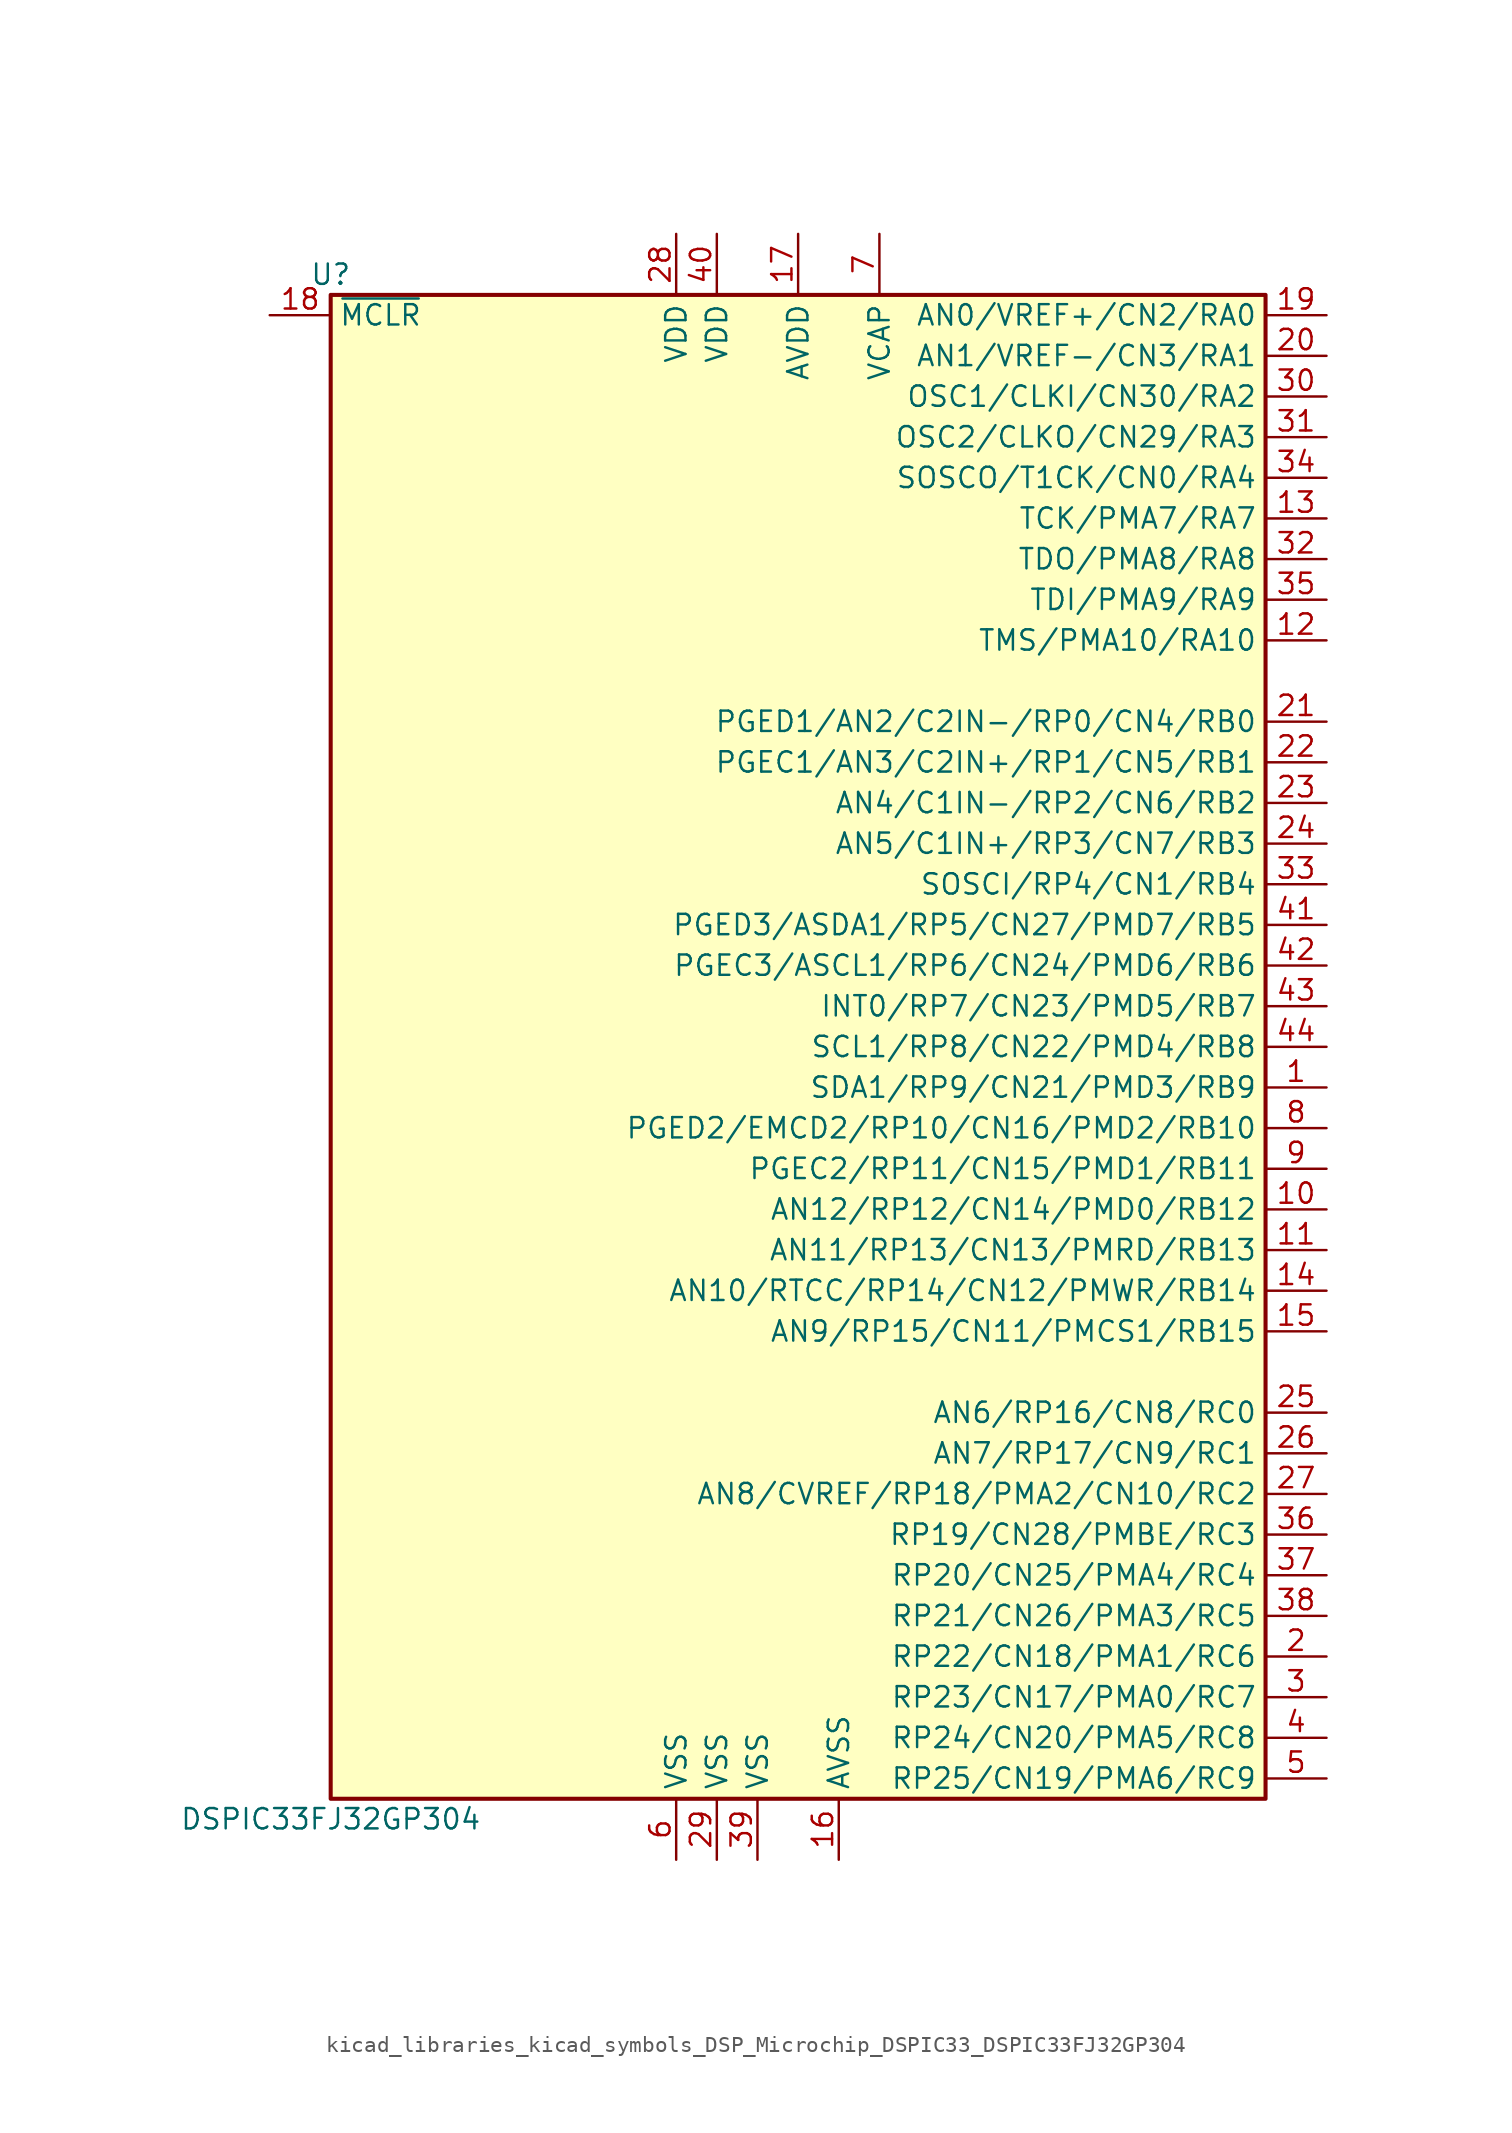
<source format=kicad_sym>
(kicad_symbol_lib
  (version 20220914)
  (generator kicad_symbol_editor)
  (symbol "kicad_libraries_kicad_symbols_DSP_Microchip_DSPIC33_DSPIC33FJ32GP304"
    (property "Reference" "U"
      (at -29.21 48.26 0)
      (effects (font (size 1.27 1.27))))
    (property "Value" "DSPIC33FJ32GP304"
      (at -29.21 -48.26 0)
      (effects (font (size 1.27 1.27))))
    (symbol "kicad_libraries_kicad_symbols_DSP_Microchip_DSPIC33_DSPIC33FJ32GP304_1_1"
      (rectangle (start -29.21 46.99) (end 29.21 -46.99) (stroke (width 0.254) (type default)) (fill (type background)))
      (pin bidirectional line (at 33.02 -2.54 180) (length 3.81) (name "SDA1/RP9/CN21/PMD3/RB9" (effects (font (size 1.27 1.27)))) (number "1" (effects (font (size 1.27 1.27)))))
      (pin bidirectional line (at 33.02 -10.16 180) (length 3.81) (name "AN12/RP12/CN14/PMD0/RB12" (effects (font (size 1.27 1.27)))) (number "10" (effects (font (size 1.27 1.27)))))
      (pin bidirectional line (at 33.02 -12.7 180) (length 3.81) (name "AN11/RP13/CN13/PMRD/RB13" (effects (font (size 1.27 1.27)))) (number "11" (effects (font (size 1.27 1.27)))))
      (pin bidirectional line (at 33.02 25.4 180) (length 3.81) (name "TMS/PMA10/RA10" (effects (font (size 1.27 1.27)))) (number "12" (effects (font (size 1.27 1.27)))))
      (pin bidirectional line (at 33.02 33.02 180) (length 3.81) (name "TCK/PMA7/RA7" (effects (font (size 1.27 1.27)))) (number "13" (effects (font (size 1.27 1.27)))))
      (pin bidirectional line (at 33.02 -15.24 180) (length 3.81) (name "AN10/RTCC/RP14/CN12/PMWR/RB14" (effects (font (size 1.27 1.27)))) (number "14" (effects (font (size 1.27 1.27)))))
      (pin bidirectional line (at 33.02 -17.78 180) (length 3.81) (name "AN9/RP15/CN11/PMCS1/RB15" (effects (font (size 1.27 1.27)))) (number "15" (effects (font (size 1.27 1.27)))))
      (pin power_in line (at 2.54 -50.8 90) (length 3.81) (name "AVSS" (effects (font (size 1.27 1.27)))) (number "16" (effects (font (size 1.27 1.27)))))
      (pin power_in line (at 0 50.8 270) (length 3.81) (name "AVDD" (effects (font (size 1.27 1.27)))) (number "17" (effects (font (size 1.27 1.27)))))
      (pin input line (at -33.02 45.72 0) (length 3.81) (name "~{MCLR}" (effects (font (size 1.27 1.27)))) (number "18" (effects (font (size 1.27 1.27)))))
      (pin bidirectional line (at 33.02 45.72 180) (length 3.81) (name "AN0/VREF+/CN2/RA0" (effects (font (size 1.27 1.27)))) (number "19" (effects (font (size 1.27 1.27)))))
      (pin bidirectional line (at 33.02 -38.1 180) (length 3.81) (name "RP22/CN18/PMA1/RC6" (effects (font (size 1.27 1.27)))) (number "2" (effects (font (size 1.27 1.27)))))
      (pin bidirectional line (at 33.02 43.18 180) (length 3.81) (name "AN1/VREF-/CN3/RA1" (effects (font (size 1.27 1.27)))) (number "20" (effects (font (size 1.27 1.27)))))
      (pin bidirectional line (at 33.02 20.32 180) (length 3.81) (name "PGED1/AN2/C2IN-/RP0/CN4/RB0" (effects (font (size 1.27 1.27)))) (number "21" (effects (font (size 1.27 1.27)))))
      (pin bidirectional line (at 33.02 17.78 180) (length 3.81) (name "PGEC1/AN3/C2IN+/RP1/CN5/RB1" (effects (font (size 1.27 1.27)))) (number "22" (effects (font (size 1.27 1.27)))))
      (pin bidirectional line (at 33.02 15.24 180) (length 3.81) (name "AN4/C1IN-/RP2/CN6/RB2" (effects (font (size 1.27 1.27)))) (number "23" (effects (font (size 1.27 1.27)))))
      (pin bidirectional line (at 33.02 12.7 180) (length 3.81) (name "AN5/C1IN+/RP3/CN7/RB3" (effects (font (size 1.27 1.27)))) (number "24" (effects (font (size 1.27 1.27)))))
      (pin bidirectional line (at 33.02 -22.86 180) (length 3.81) (name "AN6/RP16/CN8/RC0" (effects (font (size 1.27 1.27)))) (number "25" (effects (font (size 1.27 1.27)))))
      (pin bidirectional line (at 33.02 -25.4 180) (length 3.81) (name "AN7/RP17/CN9/RC1" (effects (font (size 1.27 1.27)))) (number "26" (effects (font (size 1.27 1.27)))))
      (pin bidirectional line (at 33.02 -27.94 180) (length 3.81) (name "AN8/CVREF/RP18/PMA2/CN10/RC2" (effects (font (size 1.27 1.27)))) (number "27" (effects (font (size 1.27 1.27)))))
      (pin power_in line (at -7.62 50.8 270) (length 3.81) (name "VDD" (effects (font (size 1.27 1.27)))) (number "28" (effects (font (size 1.27 1.27)))))
      (pin power_in line (at -5.08 -50.8 90) (length 3.81) (name "VSS" (effects (font (size 1.27 1.27)))) (number "29" (effects (font (size 1.27 1.27)))))
      (pin bidirectional line (at 33.02 -40.64 180) (length 3.81) (name "RP23/CN17/PMA0/RC7" (effects (font (size 1.27 1.27)))) (number "3" (effects (font (size 1.27 1.27)))))
      (pin input line (at 33.02 40.64 180) (length 3.81) (name "OSC1/CLKI/CN30/RA2" (effects (font (size 1.27 1.27)))) (number "30" (effects (font (size 1.27 1.27)))))
      (pin input line (at 33.02 38.1 180) (length 3.81) (name "OSC2/CLKO/CN29/RA3" (effects (font (size 1.27 1.27)))) (number "31" (effects (font (size 1.27 1.27)))))
      (pin input line (at 33.02 30.48 180) (length 3.81) (name "TDO/PMA8/RA8" (effects (font (size 1.27 1.27)))) (number "32" (effects (font (size 1.27 1.27)))))
      (pin input line (at 33.02 10.16 180) (length 3.81) (name "SOSCI/RP4/CN1/RB4" (effects (font (size 1.27 1.27)))) (number "33" (effects (font (size 1.27 1.27)))))
      (pin input line (at 33.02 35.56 180) (length 3.81) (name "SOSCO/T1CK/CN0/RA4" (effects (font (size 1.27 1.27)))) (number "34" (effects (font (size 1.27 1.27)))))
      (pin input line (at 33.02 27.94 180) (length 3.81) (name "TDI/PMA9/RA9" (effects (font (size 1.27 1.27)))) (number "35" (effects (font (size 1.27 1.27)))))
      (pin input line (at 33.02 -30.48 180) (length 3.81) (name "RP19/CN28/PMBE/RC3" (effects (font (size 1.27 1.27)))) (number "36" (effects (font (size 1.27 1.27)))))
      (pin input line (at 33.02 -33.02 180) (length 3.81) (name "RP20/CN25/PMA4/RC4" (effects (font (size 1.27 1.27)))) (number "37" (effects (font (size 1.27 1.27)))))
      (pin input line (at 33.02 -35.56 180) (length 3.81) (name "RP21/CN26/PMA3/RC5" (effects (font (size 1.27 1.27)))) (number "38" (effects (font (size 1.27 1.27)))))
      (pin power_in line (at -2.54 -50.8 90) (length 3.81) (name "VSS" (effects (font (size 1.27 1.27)))) (number "39" (effects (font (size 1.27 1.27)))))
      (pin bidirectional line (at 33.02 -43.18 180) (length 3.81) (name "RP24/CN20/PMA5/RC8" (effects (font (size 1.27 1.27)))) (number "4" (effects (font (size 1.27 1.27)))))
      (pin power_in line (at -5.08 50.8 270) (length 3.81) (name "VDD" (effects (font (size 1.27 1.27)))) (number "40" (effects (font (size 1.27 1.27)))))
      (pin input line (at 33.02 7.62 180) (length 3.81) (name "PGED3/ASDA1/RP5/CN27/PMD7/RB5" (effects (font (size 1.27 1.27)))) (number "41" (effects (font (size 1.27 1.27)))))
      (pin input line (at 33.02 5.08 180) (length 3.81) (name "PGEC3/ASCL1/RP6/CN24/PMD6/RB6" (effects (font (size 1.27 1.27)))) (number "42" (effects (font (size 1.27 1.27)))))
      (pin input line (at 33.02 2.54 180) (length 3.81) (name "INT0/RP7/CN23/PMD5/RB7" (effects (font (size 1.27 1.27)))) (number "43" (effects (font (size 1.27 1.27)))))
      (pin input line (at 33.02 0 180) (length 3.81) (name "SCL1/RP8/CN22/PMD4/RB8" (effects (font (size 1.27 1.27)))) (number "44" (effects (font (size 1.27 1.27)))))
      (pin bidirectional line (at 33.02 -45.72 180) (length 3.81) (name "RP25/CN19/PMA6/RC9" (effects (font (size 1.27 1.27)))) (number "5" (effects (font (size 1.27 1.27)))))
      (pin power_in line (at -7.62 -50.8 90) (length 3.81) (name "VSS" (effects (font (size 1.27 1.27)))) (number "6" (effects (font (size 1.27 1.27)))))
      (pin power_in line (at 5.08 50.8 270) (length 3.81) (name "VCAP" (effects (font (size 1.27 1.27)))) (number "7" (effects (font (size 1.27 1.27)))))
      (pin bidirectional line (at 33.02 -5.08 180) (length 3.81) (name "PGED2/EMCD2/RP10/CN16/PMD2/RB10" (effects (font (size 1.27 1.27)))) (number "8" (effects (font (size 1.27 1.27)))))
      (pin bidirectional line (at 33.02 -7.62 180) (length 3.81) (name "PGEC2/RP11/CN15/PMD1/RB11" (effects (font (size 1.27 1.27)))) (number "9" (effects (font (size 1.27 1.27))))))))
</source>
